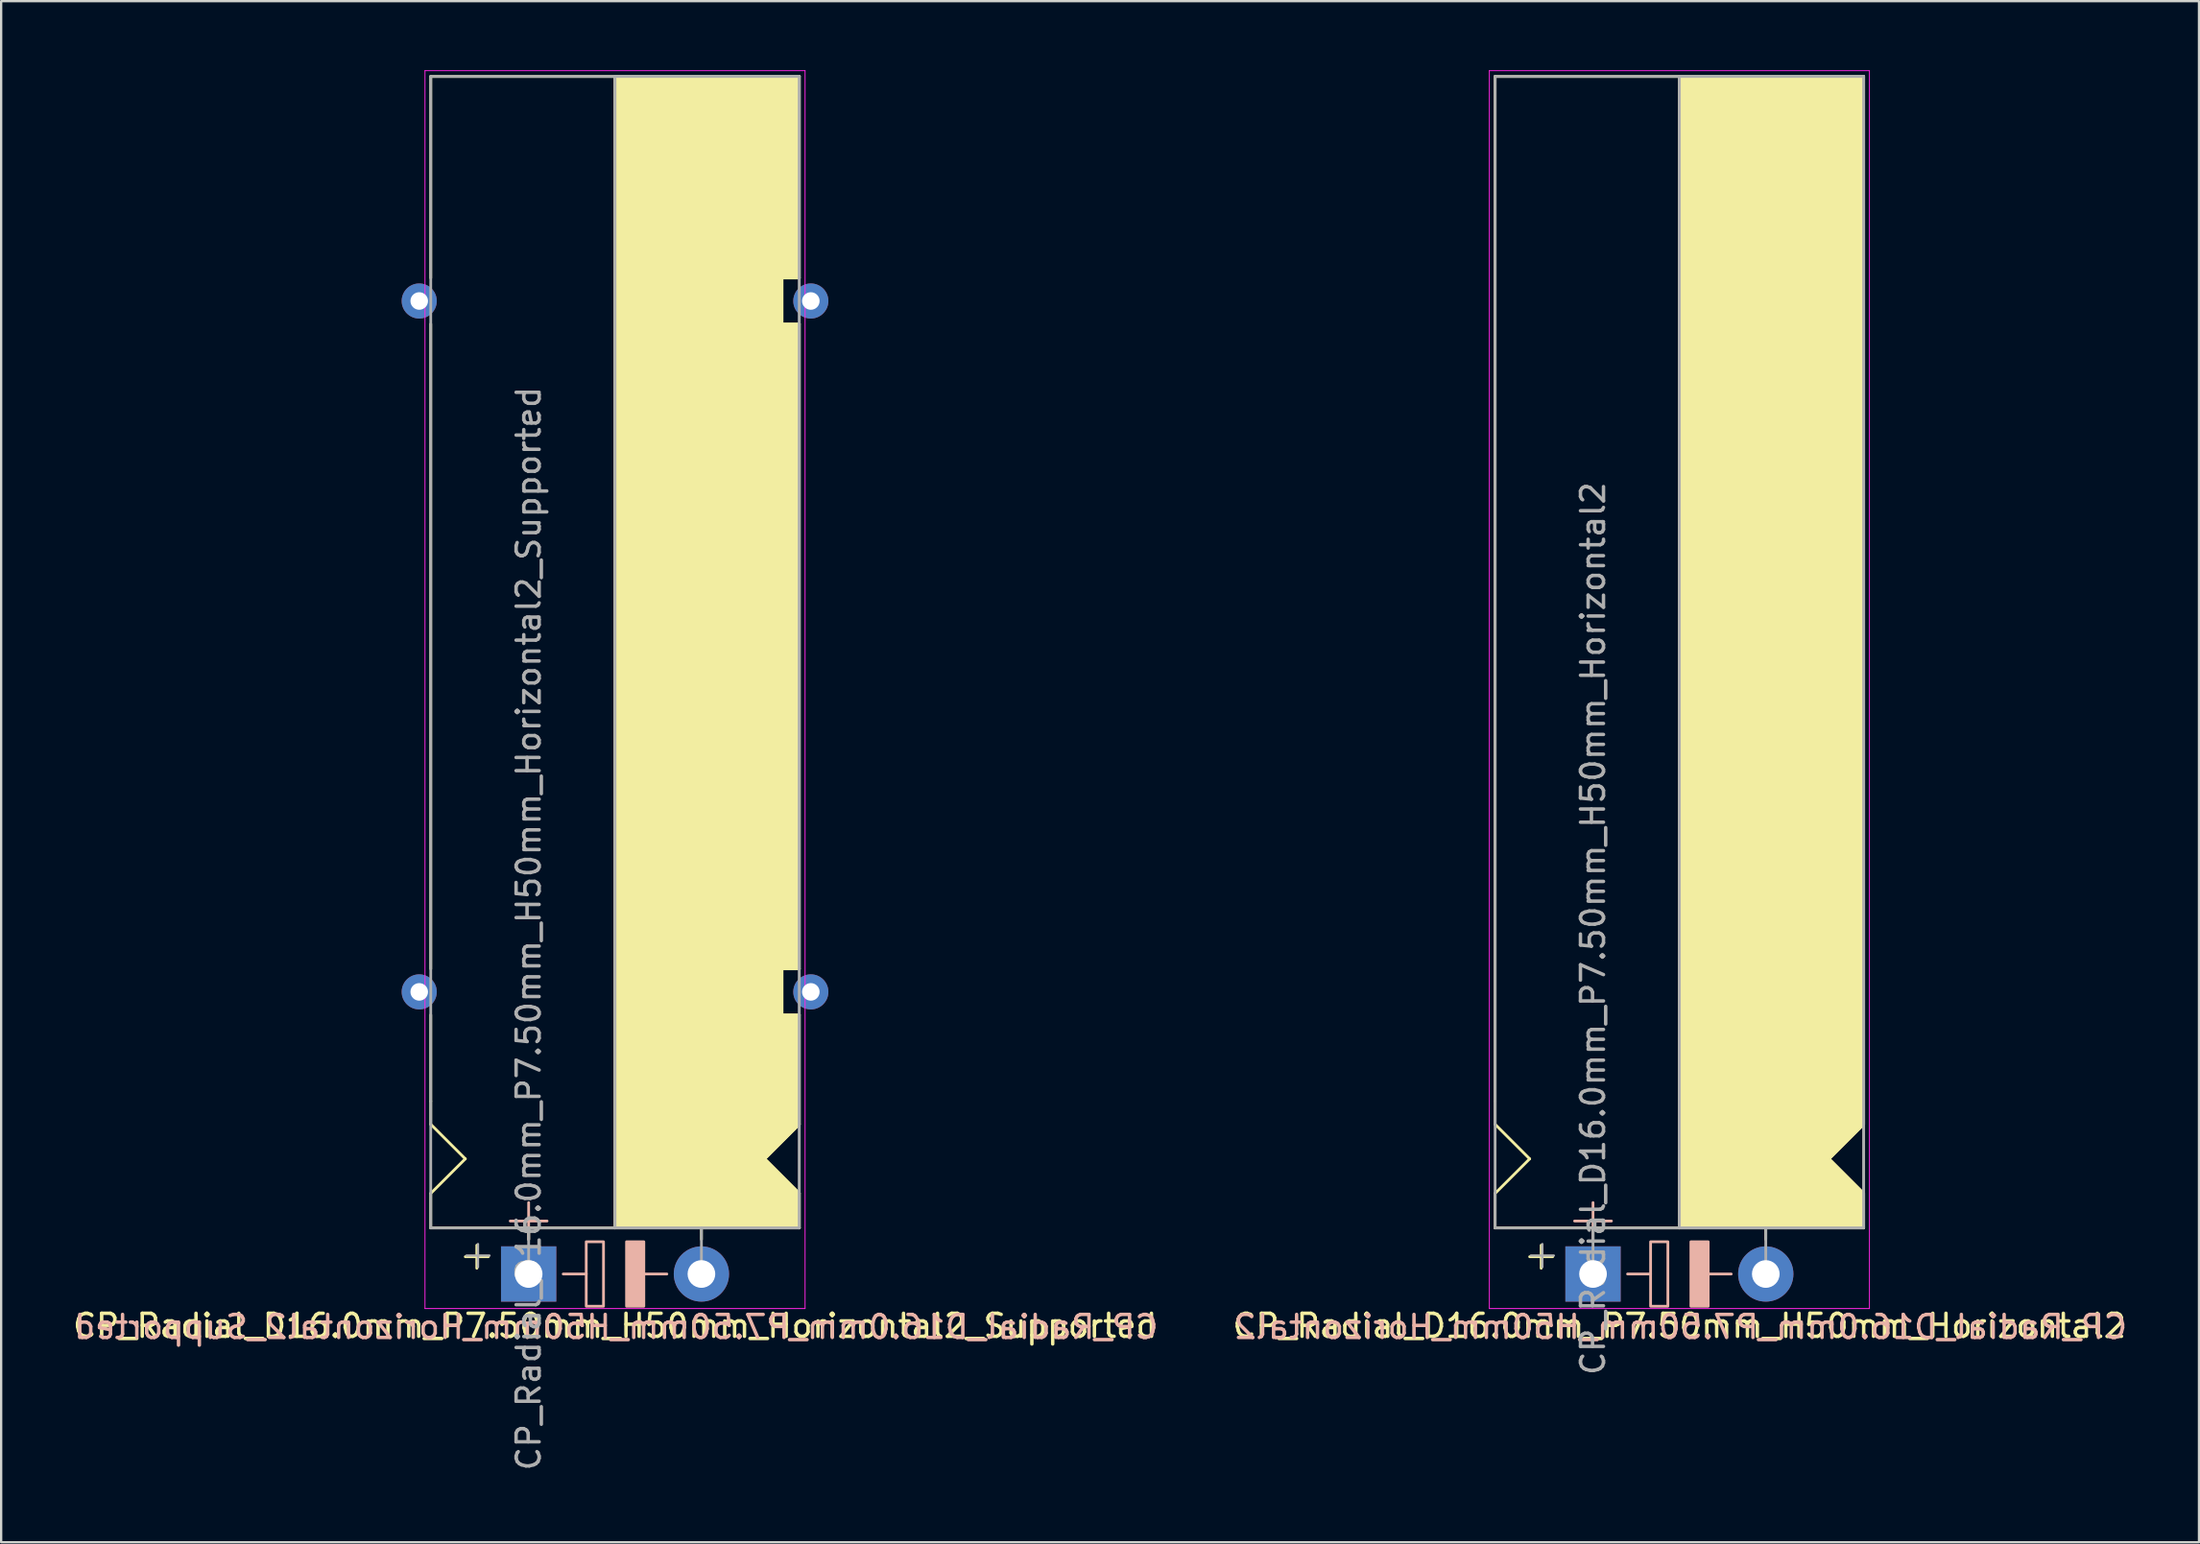
<source format=kicad_pcb>
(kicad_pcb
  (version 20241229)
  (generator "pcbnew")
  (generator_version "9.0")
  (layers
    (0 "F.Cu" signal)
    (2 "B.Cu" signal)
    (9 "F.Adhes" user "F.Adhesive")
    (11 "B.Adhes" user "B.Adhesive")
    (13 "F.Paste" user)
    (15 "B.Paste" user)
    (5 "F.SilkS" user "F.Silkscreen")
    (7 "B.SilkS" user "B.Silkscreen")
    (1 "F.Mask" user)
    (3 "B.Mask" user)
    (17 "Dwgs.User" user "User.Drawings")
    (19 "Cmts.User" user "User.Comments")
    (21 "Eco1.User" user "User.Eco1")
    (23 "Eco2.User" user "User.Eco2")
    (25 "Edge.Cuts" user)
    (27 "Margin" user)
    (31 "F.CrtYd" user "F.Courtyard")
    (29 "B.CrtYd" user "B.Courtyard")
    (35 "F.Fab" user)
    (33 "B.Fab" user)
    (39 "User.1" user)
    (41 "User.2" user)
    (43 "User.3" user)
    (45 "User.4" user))
  (footprint "CP_Radial_D16.0mm_P7.50mm_H50mm_Horizontal2_Supported"
    (layer "F.Cu")
    (at 19.899 52.27)
    (property "Reference" "CP_Radial_D16.0mm_P7.50mm_H50mm_Horizontal2_Supported" (at 3.75 2.25 0) (layer "F.SilkS") (effects (font (size 1 1) (thickness 0.15))))
    (fp_line (start -4.25 -43.25) (end -4.25 -52) (stroke (width 0.12) (type solid)) (layer "F.SilkS"))
    (fp_line (start -4.25 -41.25) (end -4.25 -13.25) (stroke (width 0.12) (type solid)) (layer "F.SilkS"))
    (fp_line (start -4.25 -7.5) (end -4.25 -11.25) (stroke (width 0.12) (type solid)) (layer "F.SilkS"))
    (fp_line (start -4.25 -6.5) (end -4.25 -7.5) (stroke (width 0.12) (type solid)) (layer "F.SilkS"))
    (fp_line (start -4.25 -3.5) (end -2.75 -5) (stroke (width 0.12) (type solid)) (layer "F.SilkS"))
    (fp_line (start -4.25 -2) (end -4.25 -3.5) (stroke (width 0.12) (type solid)) (layer "F.SilkS"))
    (fp_line (start -2.75 -5) (end -4.25 -6.5) (stroke (width 0.12) (type solid)) (layer "F.SilkS"))
    (fp_line (start -2.25 -1.25) (end -2.25 -0.25) (stroke (width 0.12) (type solid)) (layer "F.SilkS"))
    (fp_line (start -1.75 -0.75) (end -2.75 -0.75) (stroke (width 0.12) (type solid)) (layer "F.SilkS"))
    (fp_line (start 0 -1.5) (end 0 -2) (stroke (width 0.12) (type solid)) (layer "F.SilkS"))
    (fp_line (start 3.75 -2) (end -4.25 -2) (stroke (width 0.12) (type solid)) (layer "F.SilkS"))
    (fp_line (start 3.75 -2) (end 3.75 -52) (stroke (width 0.12) (type solid)) (layer "F.SilkS"))
    (fp_line (start 3.75 -2) (end 11.75 -2) (stroke (width 0.12) (type solid)) (layer "F.SilkS"))
    (fp_line (start 7.5 -1.5) (end 7.5 -2) (stroke (width 0.12) (type solid)) (layer "F.SilkS"))
    (fp_line (start 10.25 -5) (end 11.75 -6.5) (stroke (width 0.12) (type solid)) (layer "F.SilkS"))
    (fp_line (start 11 -43.25) (end 11 -41.25) (stroke (width 0.12) (type solid)) (layer "F.SilkS"))
    (fp_line (start 11 -41.25) (end 11.75 -41.25) (stroke (width 0.12) (type solid)) (layer "F.SilkS"))
    (fp_line (start 11 -13.25) (end 11 -11.25) (stroke (width 0.12) (type solid)) (layer "F.SilkS"))
    (fp_line (start 11 -11.25) (end 11.75 -11.25) (stroke (width 0.12) (type solid)) (layer "F.SilkS"))
    (fp_line (start 11.75 -52) (end -4.25 -52) (stroke (width 0.12) (type solid)) (layer "F.SilkS"))
    (fp_line (start 11.75 -52) (end 11.75 -43.25) (stroke (width 0.12) (type solid)) (layer "F.SilkS"))
    (fp_line (start 11.75 -43.25) (end 11 -43.25) (stroke (width 0.12) (type solid)) (layer "F.SilkS"))
    (fp_line (start 11.75 -13.25) (end 11 -13.25) (stroke (width 0.12) (type solid)) (layer "F.SilkS"))
    (fp_line (start 11.75 -13.25) (end 11.75 -41.25) (stroke (width 0.12) (type solid)) (layer "F.SilkS"))
    (fp_line (start 11.75 -11.25) (end 11.75 -6.5) (stroke (width 0.12) (type solid)) (layer "F.SilkS"))
    (fp_line (start 11.75 -3.5) (end 10.25 -5) (stroke (width 0.12) (type solid)) (layer "F.SilkS"))
    (fp_line (start 11.75 -2) (end 11.75 -3.5) (stroke (width 0.12) (type solid)) (layer "F.SilkS"))
    (fp_poly (pts (xy 11.75 -3.5) (xy 10.25 -5) (xy 11.75 -6.5) (xy 11.75 -11.25) (xy 11 -11.25) (xy 11 -13.25) (xy 11.75 -13.25) (xy 11.75 -41.25) (xy 11 -41.25) (xy 11 -43.25) (xy 11.75 -43.25) (xy 11.75 -52) (xy 3.75 -52) (xy 3.75 -2) (xy 11.75 -2)) (stroke (width 0.1) (type solid)) (fill yes) (layer "F.SilkS"))
    (fp_line (start 0 -3.1) (end 0 -1.5) (stroke (width 0.12) (type solid)) (layer "B.SilkS"))
    (fp_line (start 0.8 -2.3) (end -0.8 -2.3) (stroke (width 0.12) (type solid)) (layer "B.SilkS"))
    (fp_line (start 2.5 0) (end 1.5 0) (stroke (width 0.12) (type solid)) (layer "B.SilkS"))
    (fp_line (start 6 0) (end 5 0) (stroke (width 0.12) (type solid)) (layer "B.SilkS"))
    (fp_rect (start 2.5 -1.4) (end 3.25 1.4) (stroke (width 0.12) (type solid)) (fill no) (layer "B.SilkS"))
    (fp_rect (start 4.25 -1.4) (end 5 1.4) (stroke (width 0.12) (type solid)) (fill yes) (layer "B.SilkS"))
    (fp_line (start -4.5 -52.25) (end -4.5 1.5) (stroke (width 0.04) (type solid)) (layer "F.CrtYd"))
    (fp_line (start -4.5 1.5) (end 12 1.5) (stroke (width 0.04) (type solid)) (layer "F.CrtYd"))
    (fp_line (start 12 -52.25) (end -4.5 -52.25) (stroke (width 0.04) (type solid)) (layer "F.CrtYd"))
    (fp_line (start 12 1.5) (end 12 -52.25) (stroke (width 0.04) (type solid)) (layer "F.CrtYd"))
    (fp_line (start -4.25 -52) (end 11.75 -52) (stroke (width 0.12) (type solid)) (layer "F.Fab"))
    (fp_line (start -4.25 -2) (end -4.25 -52) (stroke (width 0.12) (type solid)) (layer "F.Fab"))
    (fp_line (start -2.7 -0.8) (end -1.7 -0.8) (stroke (width 0.1) (type solid)) (layer "F.Fab"))
    (fp_line (start -2.2 -0.3) (end -2.2 -1.3) (stroke (width 0.1) (type solid)) (layer "F.Fab"))
    (fp_line (start 0 -2) (end -4.25 -2) (stroke (width 0.12) (type solid)) (layer "F.Fab"))
    (fp_line (start 0 0) (end 0 -2) (stroke (width 0.12) (type solid)) (layer "F.Fab"))
    (fp_line (start 3.75 -2) (end 3.75 -52) (stroke (width 0.12) (type solid)) (layer "F.Fab"))
    (fp_line (start 7.5 0) (end 7.5 -2) (stroke (width 0.12) (type solid)) (layer "F.Fab"))
    (fp_line (start 11.75 -52) (end 11.75 -2) (stroke (width 0.12) (type solid)) (layer "F.Fab"))
    (fp_line (start 11.75 -2) (end 0 -2) (stroke (width 0.12) (type solid)) (layer "F.Fab"))
    (fp_poly (pts (xy 11.75 -52) (xy 3.75 -52) (xy 3.75 -2) (xy 11.75 -2)) (stroke (width 0.1) (type solid)) (fill no) (layer "F.Fab"))
    (fp_text user "${REFERENCE}" (at 3.8 2.3 0) (layer "B.SilkS") (effects (font (size 1 1) (thickness 0.15)) (justify mirror)))
    (fp_text user "${REFERENCE}" (at 0 -15 90) (layer "F.Fab") (effects (font (size 1 1) (thickness 0.15))))
    (pad "1" thru_hole rect (at 0 0) (size 2.4 2.4) (drill 1.2) (layers "*.Cu" "*.Mask"))
    (pad "2" thru_hole circle (at 7.5 0) (size 2.4 2.4) (drill 1.2) (layers "*.Cu" "*.Mask"))
    (pad "~" thru_hole circle (at -4.75 -42.25 180) (size 1.524 1.524) (drill 0.762) (layers "*.Cu" "*.Mask"))
    (pad "~" thru_hole circle (at -4.75 -12.25 180) (size 1.524 1.524) (drill 0.762) (layers "*.Cu" "*.Mask"))
    (pad "~" thru_hole circle (at 12.25 -42.25 180) (size 1.524 1.524) (drill 0.762) (layers "*.Cu" "*.Mask"))
    (pad "~" thru_hole circle (at 12.25 -12.25 180) (size 1.524 1.524) (drill 0.762) (layers "*.Cu" "*.Mask")))
  (footprint "CP_Radial_D16.0mm_P7.50mm_H50mm_Horizontal2"
    (layer "F.Cu")
    (at 66.104 52.27)
    (property "Reference" "CP_Radial_D16.0mm_P7.50mm_H50mm_Horizontal2" (at 3.75 2.25 0) (layer "F.SilkS") (effects (font (size 1 1) (thickness 0.15))))
    (fp_line (start -4.25 -7.5) (end -4.25 -52) (stroke (width 0.12) (type solid)) (layer "F.SilkS"))
    (fp_line (start -4.25 -6.5) (end -4.25 -7.5) (stroke (width 0.12) (type solid)) (layer "F.SilkS"))
    (fp_line (start -4.25 -3.5) (end -2.75 -5) (stroke (width 0.12) (type solid)) (layer "F.SilkS"))
    (fp_line (start -4.25 -2) (end -4.25 -3.5) (stroke (width 0.12) (type solid)) (layer "F.SilkS"))
    (fp_line (start -2.75 -5) (end -4.25 -6.5) (stroke (width 0.12) (type solid)) (layer "F.SilkS"))
    (fp_line (start -2.25 -1.25) (end -2.25 -0.25) (stroke (width 0.12) (type solid)) (layer "F.SilkS"))
    (fp_line (start -1.75 -0.75) (end -2.75 -0.75) (stroke (width 0.12) (type solid)) (layer "F.SilkS"))
    (fp_line (start 0 -1.5) (end 0 -2) (stroke (width 0.12) (type solid)) (layer "F.SilkS"))
    (fp_line (start 3.75 -2) (end -4.25 -2) (stroke (width 0.12) (type solid)) (layer "F.SilkS"))
    (fp_line (start 3.75 -2) (end 3.75 -52) (stroke (width 0.12) (type solid)) (layer "F.SilkS"))
    (fp_line (start 3.75 -2) (end 11.75 -2) (stroke (width 0.12) (type solid)) (layer "F.SilkS"))
    (fp_line (start 7.5 -1.5) (end 7.5 -2) (stroke (width 0.12) (type solid)) (layer "F.SilkS"))
    (fp_line (start 10.25 -5) (end 11.75 -6.5) (stroke (width 0.12) (type solid)) (layer "F.SilkS"))
    (fp_line (start 11.75 -52) (end -4.25 -52) (stroke (width 0.12) (type solid)) (layer "F.SilkS"))
    (fp_line (start 11.75 -52) (end 11.75 -6.5) (stroke (width 0.12) (type solid)) (layer "F.SilkS"))
    (fp_line (start 11.75 -3.5) (end 10.25 -5) (stroke (width 0.12) (type solid)) (layer "F.SilkS"))
    (fp_line (start 11.75 -2) (end 11.75 -3.5) (stroke (width 0.12) (type solid)) (layer "F.SilkS"))
    (fp_poly (pts (xy 11.75 -3.5) (xy 10.25 -5) (xy 11.75 -6.5) (xy 11.75 -52) (xy 3.75 -52) (xy 3.75 -2) (xy 11.75 -2)) (stroke (width 0.1) (type solid)) (fill yes) (layer "F.SilkS"))
    (fp_line (start 0 -3.1) (end 0 -1.5) (stroke (width 0.12) (type solid)) (layer "B.SilkS"))
    (fp_line (start 0.8 -2.3) (end -0.8 -2.3) (stroke (width 0.12) (type solid)) (layer "B.SilkS"))
    (fp_line (start 2.5 0) (end 1.5 0) (stroke (width 0.12) (type solid)) (layer "B.SilkS"))
    (fp_line (start 6 0) (end 5 0) (stroke (width 0.12) (type solid)) (layer "B.SilkS"))
    (fp_rect (start 2.5 -1.4) (end 3.25 1.4) (stroke (width 0.12) (type solid)) (fill no) (layer "B.SilkS"))
    (fp_rect (start 4.25 -1.4) (end 5 1.4) (stroke (width 0.12) (type solid)) (fill yes) (layer "B.SilkS"))
    (fp_line (start -4.5 -52.25) (end -4.5 1.5) (stroke (width 0.04) (type solid)) (layer "F.CrtYd"))
    (fp_line (start -4.5 1.5) (end 12 1.5) (stroke (width 0.04) (type solid)) (layer "F.CrtYd"))
    (fp_line (start 12 -52.25) (end -4.5 -52.25) (stroke (width 0.04) (type solid)) (layer "F.CrtYd"))
    (fp_line (start 12 1.5) (end 12 -52.25) (stroke (width 0.04) (type solid)) (layer "F.CrtYd"))
    (fp_line (start -4.25 -52) (end 11.75 -52) (stroke (width 0.12) (type solid)) (layer "F.Fab"))
    (fp_line (start -4.25 -2) (end -4.25 -52) (stroke (width 0.12) (type solid)) (layer "F.Fab"))
    (fp_line (start -2.7 -0.8) (end -1.7 -0.8) (stroke (width 0.1) (type solid)) (layer "F.Fab"))
    (fp_line (start -2.2 -0.3) (end -2.2 -1.3) (stroke (width 0.1) (type solid)) (layer "F.Fab"))
    (fp_line (start 0 -2) (end -4.25 -2) (stroke (width 0.12) (type solid)) (layer "F.Fab"))
    (fp_line (start 0 0) (end 0 -2) (stroke (width 0.12) (type solid)) (layer "F.Fab"))
    (fp_line (start 3.75 -2) (end 3.75 -52) (stroke (width 0.12) (type solid)) (layer "F.Fab"))
    (fp_line (start 7.5 0) (end 7.5 -2) (stroke (width 0.12) (type solid)) (layer "F.Fab"))
    (fp_line (start 11.75 -52) (end 11.75 -2) (stroke (width 0.12) (type solid)) (layer "F.Fab"))
    (fp_line (start 11.75 -2) (end 0 -2) (stroke (width 0.12) (type solid)) (layer "F.Fab"))
    (fp_poly (pts (xy 11.75 -52) (xy 3.75 -52) (xy 3.75 -2) (xy 11.75 -2)) (stroke (width 0.1) (type solid)) (fill no) (layer "F.Fab"))
    (fp_text user "${REFERENCE}" (at 3.8 2.3 0) (layer "B.SilkS") (effects (font (size 1 1) (thickness 0.15)) (justify mirror)))
    (fp_text user "${REFERENCE}" (at 0 -15 90) (layer "F.Fab") (effects (font (size 1 1) (thickness 0.15))))
    (pad "1" thru_hole rect (at 0 0) (size 2.4 2.4) (drill 1.2) (layers "*.Cu" "*.Mask"))
    (pad "2" thru_hole circle (at 7.5 0) (size 2.4 2.4) (drill 1.2) (layers "*.Cu" "*.Mask")))
  (gr_rect
    (start -3 -3)
    (end 92.41 63.919)
    (stroke (width 0.1) (type default))
    (fill no)
    (layer "Edge.Cuts")))
</source>
